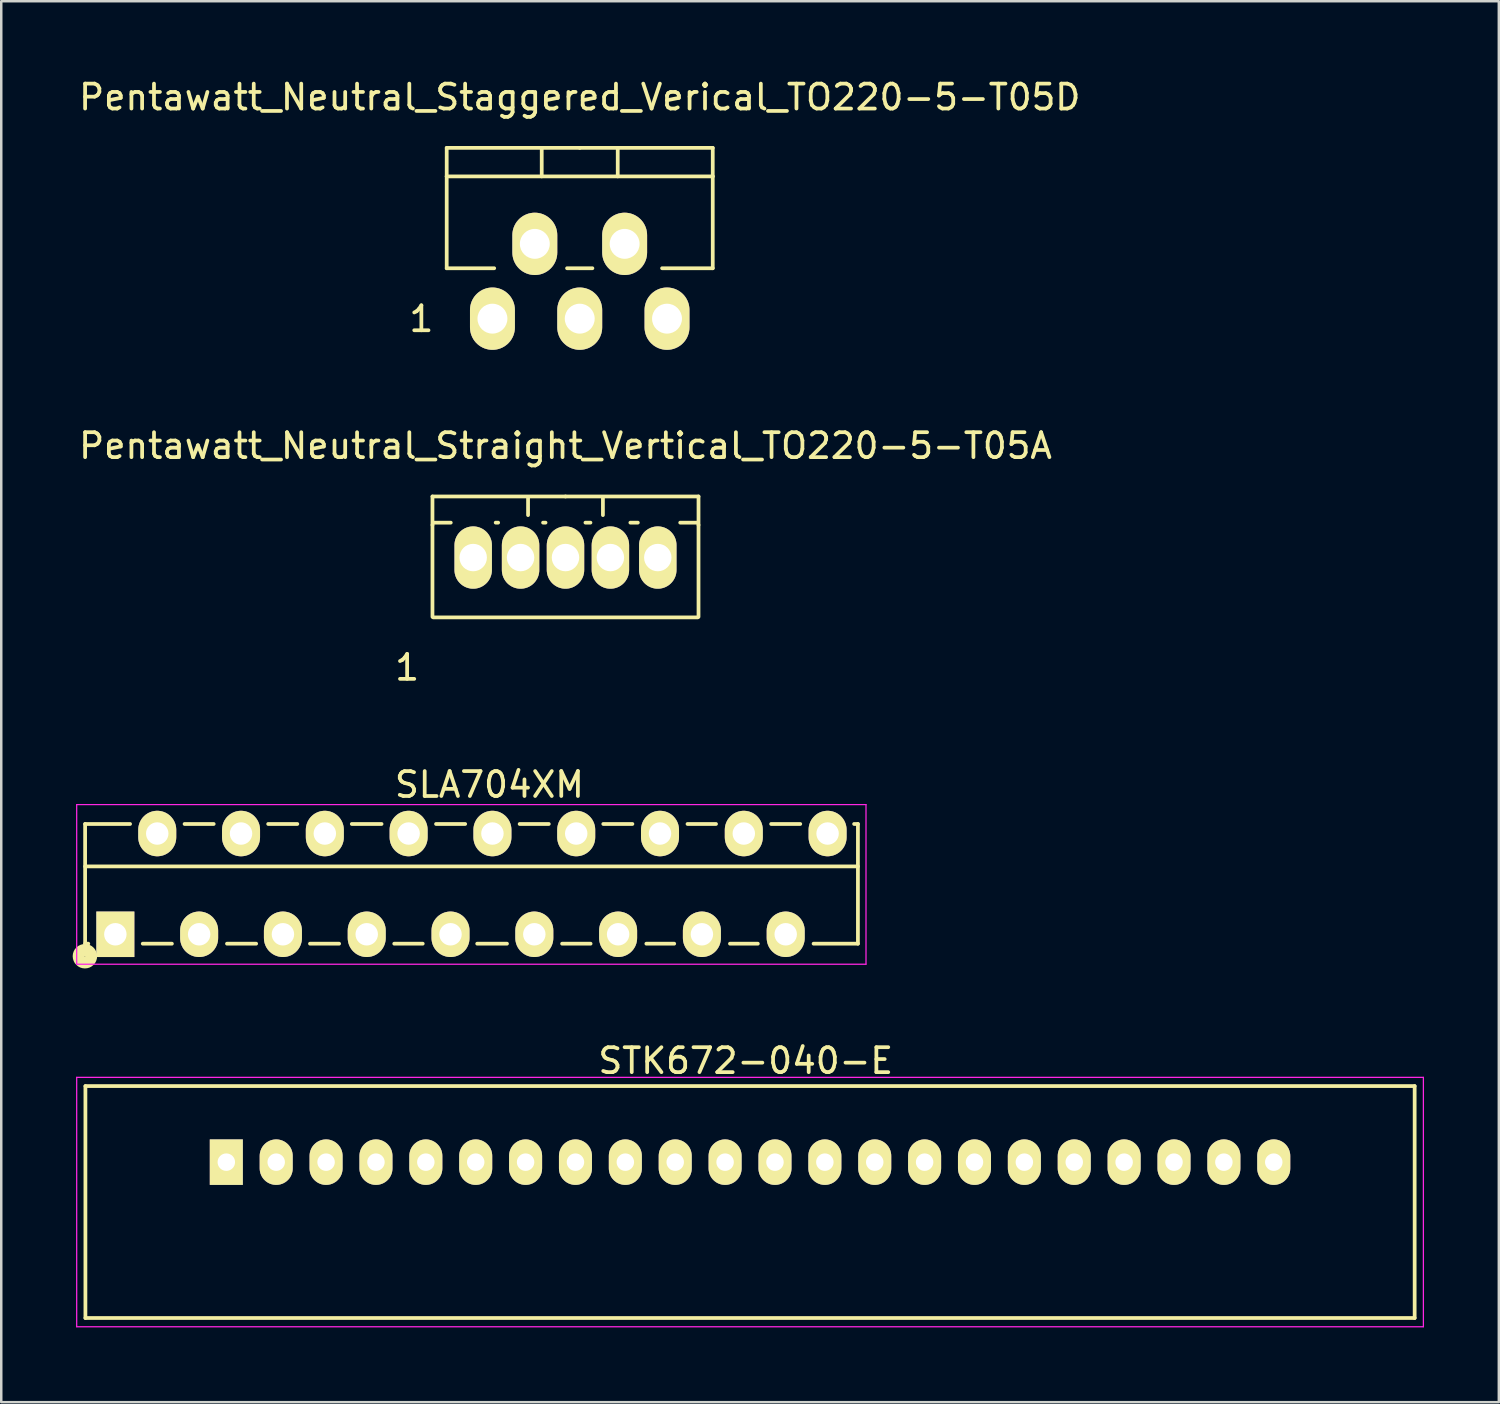
<source format=kicad_pcb>
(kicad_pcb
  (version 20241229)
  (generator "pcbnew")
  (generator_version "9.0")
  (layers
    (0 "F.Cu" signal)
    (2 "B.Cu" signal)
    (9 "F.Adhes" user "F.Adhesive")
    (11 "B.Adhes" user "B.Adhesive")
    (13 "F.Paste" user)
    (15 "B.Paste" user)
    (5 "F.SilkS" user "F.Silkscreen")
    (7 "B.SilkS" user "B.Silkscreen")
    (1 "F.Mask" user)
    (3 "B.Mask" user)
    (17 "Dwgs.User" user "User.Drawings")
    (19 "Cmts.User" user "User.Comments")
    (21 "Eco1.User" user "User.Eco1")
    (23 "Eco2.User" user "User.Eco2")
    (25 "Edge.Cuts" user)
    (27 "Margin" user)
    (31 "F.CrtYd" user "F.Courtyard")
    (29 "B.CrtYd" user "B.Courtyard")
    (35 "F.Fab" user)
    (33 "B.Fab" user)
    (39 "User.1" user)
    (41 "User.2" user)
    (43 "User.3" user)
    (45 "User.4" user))
  (footprint "Pentawatt_Neutral_Straight_Vertical_TO220-5-T05A"
    (layer "F.Cu")
    (at 19.625 19.906)
    (property "Reference" "Pentawatt_Neutral_Straight_Vertical_TO220-5-T05A" (at 0 -5.08 0) (layer "F.SilkS") (effects (font (size 1 1) (thickness 0.15))))
    (attr through_hole)
    (fp_line (start -5.334 -1.905) (end -5.334 -3.048) (stroke (width 0.15) (type solid)) (layer "F.SilkS"))
    (fp_line (start -5.334 1.778) (end -5.334 -1.905) (stroke (width 0.15) (type solid)) (layer "F.SilkS"))
    (fp_line (start -5.301 -1.999) (end -4.6 -1.999) (stroke (width 0.15) (type solid)) (layer "F.SilkS"))
    (fp_line (start -5.301 1.801) (end 5.301 1.801) (stroke (width 0.15) (type solid)) (layer "F.SilkS"))
    (fp_line (start -2.799 -1.999) (end -2.7 -1.999) (stroke (width 0.15) (type solid)) (layer "F.SilkS"))
    (fp_line (start -1.501 -3) (end -1.501 -2.301) (stroke (width 0.15) (type solid)) (layer "F.SilkS"))
    (fp_line (start -0.899 -1.999) (end -0.8 -1.999) (stroke (width 0.15) (type solid)) (layer "F.SilkS"))
    (fp_line (start 0 -3.048) (end -5.334 -3.048) (stroke (width 0.15) (type solid)) (layer "F.SilkS"))
    (fp_line (start 0 -3.048) (end 5.334 -3.048) (stroke (width 0.15) (type solid)) (layer "F.SilkS"))
    (fp_line (start 0.8 -1.999) (end 1.001 -1.999) (stroke (width 0.15) (type solid)) (layer "F.SilkS"))
    (fp_line (start 1.501 -3) (end 1.501 -2.301) (stroke (width 0.15) (type solid)) (layer "F.SilkS"))
    (fp_line (start 2.601 -1.999) (end 2.901 -1.999) (stroke (width 0.15) (type solid)) (layer "F.SilkS"))
    (fp_line (start 4.6 -1.999) (end 5.301 -1.999) (stroke (width 0.15) (type solid)) (layer "F.SilkS"))
    (fp_line (start 5.334 -3.048) (end 5.334 -1.905) (stroke (width 0.15) (type solid)) (layer "F.SilkS"))
    (fp_line (start 5.334 -1.905) (end 5.334 1.778) (stroke (width 0.15) (type solid)) (layer "F.SilkS"))
    (fp_text user "1" (at -6.35 3.81 0) (layer "F.SilkS") (effects (font (size 1 1) (thickness 0.15))))
    (pad "1" thru_hole oval (at -3.701 -0.599 90) (size 2.499 1.501) (drill 1.1) (layers "*.Cu" "*.Mask" "F.SilkS"))
    (pad "2" thru_hole oval (at -1.801 -0.599 90) (size 2.499 1.501) (drill 1.1) (layers "*.Cu" "*.Mask" "F.SilkS"))
    (pad "3" thru_hole oval (at 0 -0.599 90) (size 2.499 1.501) (drill 1.1) (layers "*.Cu" "*.Mask" "F.SilkS"))
    (pad "4" thru_hole oval (at 1.801 -0.599 90) (size 2.499 1.501) (drill 1.1) (layers "*.Cu" "*.Mask" "F.SilkS"))
    (pad "5" thru_hole oval (at 3.701 -0.599 90) (size 2.499 1.501) (drill 1.1) (layers "*.Cu" "*.Mask" "F.SilkS")))
  (footprint "STK672-040-E"
    (layer "F.Cu")
    (at 6.025 43.55)
    (property "Reference" "STK672-040-E" (at 20.828 -4.064 0) (layer "F.SilkS") (effects (font (size 1 1) (thickness 0.15))))
    (attr through_hole)
    (fp_line (start -5.65 -3.05) (end 47.65 -3.05) (stroke (width 0.15) (type solid)) (layer "F.SilkS"))
    (fp_line (start -5.65 6.25) (end -5.65 -3.05) (stroke (width 0.15) (type solid)) (layer "F.SilkS"))
    (fp_line (start 47.65 -3.05) (end 47.65 6.25) (stroke (width 0.15) (type solid)) (layer "F.SilkS"))
    (fp_line (start 47.65 6.25) (end -5.65 6.25) (stroke (width 0.15) (type solid)) (layer "F.SilkS"))
    (fp_line (start -6 -3.4) (end 48 -3.4) (stroke (width 0.05) (type solid)) (layer "F.CrtYd"))
    (fp_line (start -6 6.6) (end -6 -3.4) (stroke (width 0.05) (type solid)) (layer "F.CrtYd"))
    (fp_line (start 48 -3.4) (end 48 6.6) (stroke (width 0.05) (type solid)) (layer "F.CrtYd"))
    (fp_line (start 48 6.6) (end -6 6.6) (stroke (width 0.05) (type solid)) (layer "F.CrtYd"))
    (pad "1" thru_hole rect (at 0 0) (size 1.324 1.824) (drill 0.7) (layers "*.Cu" "*.Mask" "F.SilkS"))
    (pad "2" thru_hole oval (at 2 0) (size 1.324 1.824) (drill 0.7) (layers "*.Cu" "*.Mask" "F.SilkS"))
    (pad "3" thru_hole oval (at 4 0) (size 1.324 1.824) (drill 0.7) (layers "*.Cu" "*.Mask" "F.SilkS"))
    (pad "4" thru_hole oval (at 6 0) (size 1.324 1.824) (drill 0.7) (layers "*.Cu" "*.Mask" "F.SilkS"))
    (pad "5" thru_hole oval (at 8 0) (size 1.324 1.824) (drill 0.7) (layers "*.Cu" "*.Mask" "F.SilkS"))
    (pad "6" thru_hole oval (at 10 0) (size 1.324 1.824) (drill 0.7) (layers "*.Cu" "*.Mask" "F.SilkS"))
    (pad "7" thru_hole oval (at 12 0) (size 1.324 1.824) (drill 0.7) (layers "*.Cu" "*.Mask" "F.SilkS"))
    (pad "8" thru_hole oval (at 14 0) (size 1.324 1.824) (drill 0.7) (layers "*.Cu" "*.Mask" "F.SilkS"))
    (pad "9" thru_hole oval (at 16 0) (size 1.324 1.824) (drill 0.7) (layers "*.Cu" "*.Mask" "F.SilkS"))
    (pad "10" thru_hole oval (at 18 0) (size 1.324 1.824) (drill 0.7) (layers "*.Cu" "*.Mask" "F.SilkS"))
    (pad "11" thru_hole oval (at 20 0) (size 1.324 1.824) (drill 0.7) (layers "*.Cu" "*.Mask" "F.SilkS"))
    (pad "12" thru_hole oval (at 22 0) (size 1.324 1.824) (drill 0.7) (layers "*.Cu" "*.Mask" "F.SilkS"))
    (pad "13" thru_hole oval (at 24 0) (size 1.324 1.824) (drill 0.7) (layers "*.Cu" "*.Mask" "F.SilkS"))
    (pad "14" thru_hole oval (at 26 0) (size 1.324 1.824) (drill 0.7) (layers "*.Cu" "*.Mask" "F.SilkS"))
    (pad "15" thru_hole oval (at 28 0) (size 1.324 1.824) (drill 0.7) (layers "*.Cu" "*.Mask" "F.SilkS"))
    (pad "16" thru_hole oval (at 30 0) (size 1.324 1.824) (drill 0.7) (layers "*.Cu" "*.Mask" "F.SilkS"))
    (pad "17" thru_hole oval (at 32 0) (size 1.324 1.824) (drill 0.7) (layers "*.Cu" "*.Mask" "F.SilkS"))
    (pad "18" thru_hole oval (at 34 0) (size 1.324 1.824) (drill 0.7) (layers "*.Cu" "*.Mask" "F.SilkS"))
    (pad "19" thru_hole oval (at 36 0) (size 1.324 1.824) (drill 0.7) (layers "*.Cu" "*.Mask" "F.SilkS"))
    (pad "20" thru_hole oval (at 38 0) (size 1.324 1.824) (drill 0.7) (layers "*.Cu" "*.Mask" "F.SilkS"))
    (pad "21" thru_hole oval (at 40 0) (size 1.324 1.824) (drill 0.7) (layers "*.Cu" "*.Mask" "F.SilkS"))
    (pad "22" thru_hole oval (at 42 0) (size 1.324 1.824) (drill 0.7) (layers "*.Cu" "*.Mask" "F.SilkS")))
  (footprint "SLA704XM"
    (layer "F.Cu")
    (at 1.575 34.413)
    (property "Reference" "SLA704XM" (at 15 -6 0) (layer "F.SilkS") (effects (font (size 1 1) (thickness 0.15))))
    (attr through_hole)
    (fp_line (start -1.212 -4.423) (end 0.591 -4.423) (stroke (width 0.15) (type solid)) (layer "F.SilkS"))
    (fp_line (start -1.212 -2.721) (end 29.776 -2.721) (stroke (width 0.15) (type solid)) (layer "F.SilkS"))
    (fp_line (start -1.212 0.377) (end -1.212 -4.423) (stroke (width 0.15) (type solid)) (layer "F.SilkS"))
    (fp_line (start -1.212 0.377) (end -1.085 0.377) (stroke (width 0.15) (type solid)) (layer "F.SilkS"))
    (fp_line (start 1.099 0.377) (end 2.268 0.377) (stroke (width 0.15) (type solid)) (layer "F.SilkS"))
    (fp_line (start 2.776 -4.423) (end 3.944 -4.423) (stroke (width 0.15) (type solid)) (layer "F.SilkS"))
    (fp_line (start 4.477 0.377) (end 5.646 0.377) (stroke (width 0.15) (type solid)) (layer "F.SilkS"))
    (fp_line (start 6.128 -4.423) (end 7.297 -4.423) (stroke (width 0.15) (type solid)) (layer "F.SilkS"))
    (fp_line (start 7.805 0.377) (end 8.973 0.377) (stroke (width 0.15) (type solid)) (layer "F.SilkS"))
    (fp_line (start 9.481 -4.423) (end 10.675 -4.423) (stroke (width 0.15) (type solid)) (layer "F.SilkS"))
    (fp_line (start 11.183 0.377) (end 12.326 0.377) (stroke (width 0.15) (type solid)) (layer "F.SilkS"))
    (fp_line (start 12.859 -4.423) (end 14.028 -4.423) (stroke (width 0.15) (type solid)) (layer "F.SilkS"))
    (fp_line (start 14.51 0.377) (end 15.704 0.377) (stroke (width 0.15) (type solid)) (layer "F.SilkS"))
    (fp_line (start 16.212 -4.423) (end 17.381 -4.423) (stroke (width 0.15) (type solid)) (layer "F.SilkS"))
    (fp_line (start 17.914 0.377) (end 19.057 0.377) (stroke (width 0.15) (type solid)) (layer "F.SilkS"))
    (fp_line (start 19.565 -4.423) (end 20.733 -4.423) (stroke (width 0.15) (type solid)) (layer "F.SilkS"))
    (fp_line (start 21.292 0.377) (end 22.41 0.377) (stroke (width 0.15) (type solid)) (layer "F.SilkS"))
    (fp_line (start 22.943 -4.423) (end 24.086 -4.423) (stroke (width 0.15) (type solid)) (layer "F.SilkS"))
    (fp_line (start 24.645 0.377) (end 25.763 0.377) (stroke (width 0.15) (type solid)) (layer "F.SilkS"))
    (fp_line (start 26.296 -4.423) (end 27.464 -4.423) (stroke (width 0.15) (type solid)) (layer "F.SilkS"))
    (fp_line (start 29.623 -4.423) (end 29.776 -4.423) (stroke (width 0.15) (type solid)) (layer "F.SilkS"))
    (fp_line (start 29.776 -4.423) (end 29.776 0.377) (stroke (width 0.15) (type solid)) (layer "F.SilkS"))
    (fp_line (start 29.776 0.377) (end 27.998 0.377) (stroke (width 0.15) (type solid)) (layer "F.SilkS"))
    (fp_circle (center -1.22 0.88) (end -1.22 0.87) (stroke (width 0.48) (type solid)) (fill no) (layer "F.SilkS"))
    (fp_line (start -1.55 -5.2) (end 30.1 -5.2) (stroke (width 0.05) (type solid)) (layer "F.CrtYd"))
    (fp_line (start -1.55 1.2) (end -1.55 -5.2) (stroke (width 0.05) (type solid)) (layer "F.CrtYd"))
    (fp_line (start 30.1 -5.2) (end 30.1 1.2) (stroke (width 0.05) (type solid)) (layer "F.CrtYd"))
    (fp_line (start 30.1 1.2) (end -1.55 1.2) (stroke (width 0.05) (type solid)) (layer "F.CrtYd"))
    (pad "1" thru_hole rect (at 0 0) (size 1.524 1.824) (drill 0.9) (layers "*.Cu" "*.Mask" "F.SilkS"))
    (pad "2" thru_hole oval (at 1.68 -4.04) (size 1.524 1.824) (drill 0.9) (layers "*.Cu" "*.Mask" "F.SilkS"))
    (pad "3" thru_hole oval (at 3.36 0) (size 1.524 1.824) (drill 0.9) (layers "*.Cu" "*.Mask" "F.SilkS"))
    (pad "4" thru_hole oval (at 5.04 -4.04) (size 1.524 1.824) (drill 0.9) (layers "*.Cu" "*.Mask" "F.SilkS"))
    (pad "5" thru_hole oval (at 6.72 0) (size 1.524 1.824) (drill 0.9) (layers "*.Cu" "*.Mask" "F.SilkS"))
    (pad "6" thru_hole oval (at 8.4 -4.04) (size 1.524 1.824) (drill 0.9) (layers "*.Cu" "*.Mask" "F.SilkS"))
    (pad "7" thru_hole oval (at 10.08 0) (size 1.524 1.824) (drill 0.9) (layers "*.Cu" "*.Mask" "F.SilkS"))
    (pad "8" thru_hole oval (at 11.76 -4.04) (size 1.524 1.824) (drill 0.9) (layers "*.Cu" "*.Mask" "F.SilkS"))
    (pad "9" thru_hole oval (at 13.44 0) (size 1.524 1.824) (drill 0.9) (layers "*.Cu" "*.Mask" "F.SilkS"))
    (pad "10" thru_hole oval (at 15.12 -4.04) (size 1.524 1.824) (drill 0.9) (layers "*.Cu" "*.Mask" "F.SilkS"))
    (pad "11" thru_hole oval (at 16.8 0) (size 1.524 1.824) (drill 0.9) (layers "*.Cu" "*.Mask" "F.SilkS"))
    (pad "12" thru_hole oval (at 18.48 -4.04) (size 1.524 1.824) (drill 0.9) (layers "*.Cu" "*.Mask" "F.SilkS"))
    (pad "13" thru_hole oval (at 20.16 0) (size 1.524 1.824) (drill 0.9) (layers "*.Cu" "*.Mask" "F.SilkS"))
    (pad "14" thru_hole oval (at 21.84 -4.04) (size 1.524 1.824) (drill 0.9) (layers "*.Cu" "*.Mask" "F.SilkS"))
    (pad "15" thru_hole oval (at 23.52 0) (size 1.524 1.824) (drill 0.9) (layers "*.Cu" "*.Mask" "F.SilkS"))
    (pad "16" thru_hole oval (at 25.2 -4.04) (size 1.524 1.824) (drill 0.9) (layers "*.Cu" "*.Mask" "F.SilkS"))
    (pad "17" thru_hole oval (at 26.88 0) (size 1.524 1.824) (drill 0.9) (layers "*.Cu" "*.Mask" "F.SilkS"))
    (pad "18" thru_hole oval (at 28.56 -4.04) (size 1.524 1.824) (drill 0.9) (layers "*.Cu" "*.Mask" "F.SilkS")))
  (footprint "Pentawatt_Neutral_Staggered_Verical_TO220-5-T05D"
    (layer "F.Cu")
    (at 20.196 5.928)
    (property "Reference" "Pentawatt_Neutral_Staggered_Verical_TO220-5-T05D" (at 0 -5.08 0) (layer "F.SilkS") (effects (font (size 1 1) (thickness 0.15))))
    (attr through_hole)
    (fp_line (start -5.334 -1.905) (end -5.334 -3.048) (stroke (width 0.15) (type solid)) (layer "F.SilkS"))
    (fp_line (start -5.334 1.778) (end -5.334 -1.905) (stroke (width 0.15) (type solid)) (layer "F.SilkS"))
    (fp_line (start -5.334 1.778) (end -3.429 1.778) (stroke (width 0.15) (type solid)) (layer "F.SilkS"))
    (fp_line (start -1.524 -3.048) (end -1.524 -1.905) (stroke (width 0.15) (type solid)) (layer "F.SilkS"))
    (fp_line (start -0.508 1.778) (end 0.508 1.778) (stroke (width 0.15) (type solid)) (layer "F.SilkS"))
    (fp_line (start 0 -3.048) (end -5.334 -3.048) (stroke (width 0.15) (type solid)) (layer "F.SilkS"))
    (fp_line (start 0 -3.048) (end 5.334 -3.048) (stroke (width 0.15) (type solid)) (layer "F.SilkS"))
    (fp_line (start 1.524 -3.048) (end 1.524 -1.905) (stroke (width 0.15) (type solid)) (layer "F.SilkS"))
    (fp_line (start 3.302 1.778) (end 5.334 1.778) (stroke (width 0.15) (type solid)) (layer "F.SilkS"))
    (fp_line (start 5.334 -3.048) (end 5.334 -1.905) (stroke (width 0.15) (type solid)) (layer "F.SilkS"))
    (fp_line (start 5.334 -1.905) (end -5.334 -1.905) (stroke (width 0.15) (type solid)) (layer "F.SilkS"))
    (fp_line (start 5.334 -1.905) (end 5.334 1.778) (stroke (width 0.15) (type solid)) (layer "F.SilkS"))
    (fp_text user "1" (at -6.35 3.81 0) (layer "F.SilkS") (effects (font (size 1 1) (thickness 0.15))))
    (pad "1" thru_hole oval (at -3.5 3.8 90) (size 2.499 1.801) (drill 1.199) (layers "*.Cu" "*.Mask" "F.SilkS"))
    (pad "2" thru_hole oval (at -1.801 0.8 90) (size 2.499 1.801) (drill 1.199) (layers "*.Cu" "*.Mask" "F.SilkS"))
    (pad "3" thru_hole oval (at 0 3.8 90) (size 2.499 1.801) (drill 1.199) (layers "*.Cu" "*.Mask" "F.SilkS"))
    (pad "4" thru_hole oval (at 1.801 0.8 90) (size 2.499 1.801) (drill 1.199) (layers "*.Cu" "*.Mask" "F.SilkS"))
    (pad "5" thru_hole oval (at 3.5 3.8 90) (size 2.499 1.801) (drill 1.199) (layers "*.Cu" "*.Mask" "F.SilkS")))
  (gr_rect
    (start -3 -3)
    (end 57.05 53.175)
    (stroke (width 0.1) (type default))
    (fill no)
    (layer "Edge.Cuts")))
</source>
